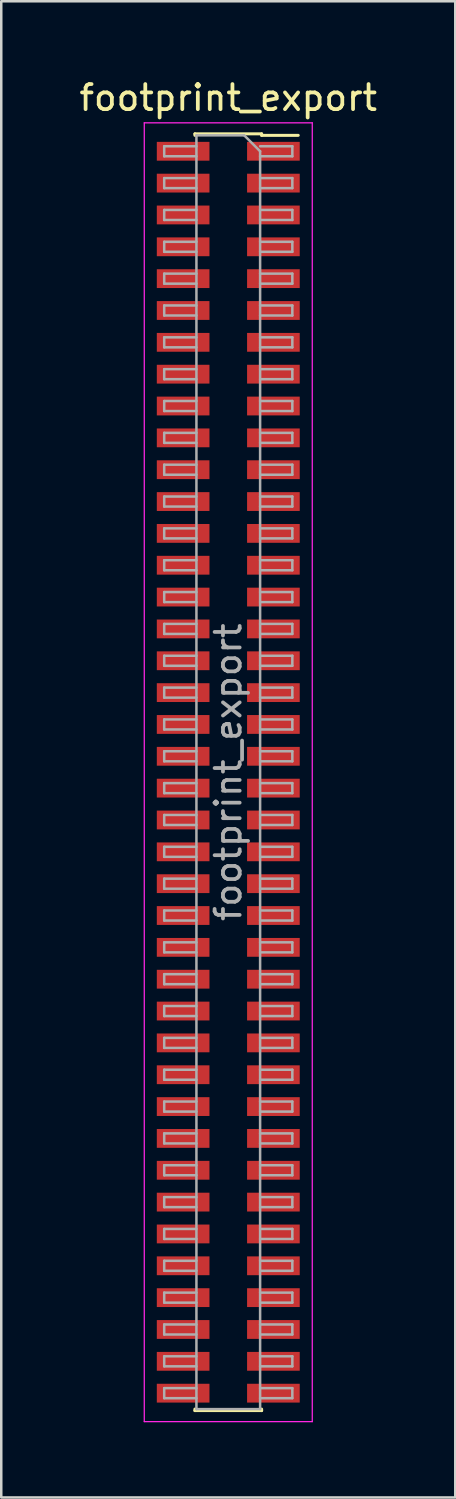
<source format=kicad_pcb>
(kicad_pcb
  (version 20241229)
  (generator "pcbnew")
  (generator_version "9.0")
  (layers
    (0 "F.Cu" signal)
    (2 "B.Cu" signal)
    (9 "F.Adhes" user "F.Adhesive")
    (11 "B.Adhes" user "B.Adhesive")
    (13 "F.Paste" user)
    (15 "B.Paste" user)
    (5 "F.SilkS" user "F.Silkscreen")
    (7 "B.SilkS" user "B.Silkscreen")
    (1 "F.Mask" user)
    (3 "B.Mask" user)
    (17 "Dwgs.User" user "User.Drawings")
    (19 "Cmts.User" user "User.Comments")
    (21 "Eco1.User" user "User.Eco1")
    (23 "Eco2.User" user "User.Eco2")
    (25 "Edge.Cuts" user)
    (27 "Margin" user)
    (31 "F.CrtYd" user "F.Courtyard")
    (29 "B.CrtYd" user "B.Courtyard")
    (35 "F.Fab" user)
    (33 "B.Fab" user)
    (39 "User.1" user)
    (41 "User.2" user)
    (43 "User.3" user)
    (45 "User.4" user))
  (footprint "footprint_export"
    (layer "F.Cu")
    (at 6.054 27.748)
    (property "Reference" "footprint_export" (at 0 -26.9 0) (layer "F.SilkS") (effects (font (size 1 1) (thickness 0.15))))
    (attr smd)
    (fp_line (start -1.33 -25.46) (end -1.33 -25.4) (stroke (width 0.12) (type solid)) (layer "F.SilkS"))
    (fp_line (start -1.33 -25.46) (end 1.33 -25.46) (stroke (width 0.12) (type solid)) (layer "F.SilkS"))
    (fp_line (start -1.33 25.4) (end -1.33 25.46) (stroke (width 0.12) (type solid)) (layer "F.SilkS"))
    (fp_line (start -1.33 25.46) (end 1.33 25.46) (stroke (width 0.12) (type solid)) (layer "F.SilkS"))
    (fp_line (start 1.33 -25.46) (end 1.33 -25.4) (stroke (width 0.12) (type solid)) (layer "F.SilkS"))
    (fp_line (start 1.33 -25.4) (end 2.79 -25.4) (stroke (width 0.12) (type solid)) (layer "F.SilkS"))
    (fp_line (start 1.33 25.4) (end 1.33 25.46) (stroke (width 0.12) (type solid)) (layer "F.SilkS"))
    (fp_line (start -3.35 -25.9) (end 3.35 -25.9) (stroke (width 0.05) (type solid)) (layer "F.CrtYd"))
    (fp_line (start -3.35 25.9) (end -3.35 -25.9) (stroke (width 0.05) (type solid)) (layer "F.CrtYd"))
    (fp_line (start 3.35 -25.9) (end 3.35 25.9) (stroke (width 0.05) (type solid)) (layer "F.CrtYd"))
    (fp_line (start 3.35 25.9) (end -3.35 25.9) (stroke (width 0.05) (type solid)) (layer "F.CrtYd"))
    (fp_line (start -2.555 -24.965) (end -1.27 -24.965) (stroke (width 0.1) (type solid)) (layer "F.Fab"))
    (fp_line (start -2.555 -24.565) (end -2.555 -24.965) (stroke (width 0.1) (type solid)) (layer "F.Fab"))
    (fp_line (start -2.555 -23.695) (end -1.27 -23.695) (stroke (width 0.1) (type solid)) (layer "F.Fab"))
    (fp_line (start -2.555 -23.295) (end -2.555 -23.695) (stroke (width 0.1) (type solid)) (layer "F.Fab"))
    (fp_line (start -2.555 -22.425) (end -1.27 -22.425) (stroke (width 0.1) (type solid)) (layer "F.Fab"))
    (fp_line (start -2.555 -22.025) (end -2.555 -22.425) (stroke (width 0.1) (type solid)) (layer "F.Fab"))
    (fp_line (start -2.555 -21.155) (end -1.27 -21.155) (stroke (width 0.1) (type solid)) (layer "F.Fab"))
    (fp_line (start -2.555 -20.755) (end -2.555 -21.155) (stroke (width 0.1) (type solid)) (layer "F.Fab"))
    (fp_line (start -2.555 -19.885) (end -1.27 -19.885) (stroke (width 0.1) (type solid)) (layer "F.Fab"))
    (fp_line (start -2.555 -19.485) (end -2.555 -19.885) (stroke (width 0.1) (type solid)) (layer "F.Fab"))
    (fp_line (start -2.555 -18.615) (end -1.27 -18.615) (stroke (width 0.1) (type solid)) (layer "F.Fab"))
    (fp_line (start -2.555 -18.215) (end -2.555 -18.615) (stroke (width 0.1) (type solid)) (layer "F.Fab"))
    (fp_line (start -2.555 -17.345) (end -1.27 -17.345) (stroke (width 0.1) (type solid)) (layer "F.Fab"))
    (fp_line (start -2.555 -16.945) (end -2.555 -17.345) (stroke (width 0.1) (type solid)) (layer "F.Fab"))
    (fp_line (start -2.555 -16.075) (end -1.27 -16.075) (stroke (width 0.1) (type solid)) (layer "F.Fab"))
    (fp_line (start -2.555 -15.675) (end -2.555 -16.075) (stroke (width 0.1) (type solid)) (layer "F.Fab"))
    (fp_line (start -2.555 -14.805) (end -1.27 -14.805) (stroke (width 0.1) (type solid)) (layer "F.Fab"))
    (fp_line (start -2.555 -14.405) (end -2.555 -14.805) (stroke (width 0.1) (type solid)) (layer "F.Fab"))
    (fp_line (start -2.555 -13.535) (end -1.27 -13.535) (stroke (width 0.1) (type solid)) (layer "F.Fab"))
    (fp_line (start -2.555 -13.135) (end -2.555 -13.535) (stroke (width 0.1) (type solid)) (layer "F.Fab"))
    (fp_line (start -2.555 -12.265) (end -1.27 -12.265) (stroke (width 0.1) (type solid)) (layer "F.Fab"))
    (fp_line (start -2.555 -11.865) (end -2.555 -12.265) (stroke (width 0.1) (type solid)) (layer "F.Fab"))
    (fp_line (start -2.555 -10.995) (end -1.27 -10.995) (stroke (width 0.1) (type solid)) (layer "F.Fab"))
    (fp_line (start -2.555 -10.595) (end -2.555 -10.995) (stroke (width 0.1) (type solid)) (layer "F.Fab"))
    (fp_line (start -2.555 -9.725) (end -1.27 -9.725) (stroke (width 0.1) (type solid)) (layer "F.Fab"))
    (fp_line (start -2.555 -9.325) (end -2.555 -9.725) (stroke (width 0.1) (type solid)) (layer "F.Fab"))
    (fp_line (start -2.555 -8.455) (end -1.27 -8.455) (stroke (width 0.1) (type solid)) (layer "F.Fab"))
    (fp_line (start -2.555 -8.055) (end -2.555 -8.455) (stroke (width 0.1) (type solid)) (layer "F.Fab"))
    (fp_line (start -2.555 -7.185) (end -1.27 -7.185) (stroke (width 0.1) (type solid)) (layer "F.Fab"))
    (fp_line (start -2.555 -6.785) (end -2.555 -7.185) (stroke (width 0.1) (type solid)) (layer "F.Fab"))
    (fp_line (start -2.555 -5.915) (end -1.27 -5.915) (stroke (width 0.1) (type solid)) (layer "F.Fab"))
    (fp_line (start -2.555 -5.515) (end -2.555 -5.915) (stroke (width 0.1) (type solid)) (layer "F.Fab"))
    (fp_line (start -2.555 -4.645) (end -1.27 -4.645) (stroke (width 0.1) (type solid)) (layer "F.Fab"))
    (fp_line (start -2.555 -4.245) (end -2.555 -4.645) (stroke (width 0.1) (type solid)) (layer "F.Fab"))
    (fp_line (start -2.555 -3.375) (end -1.27 -3.375) (stroke (width 0.1) (type solid)) (layer "F.Fab"))
    (fp_line (start -2.555 -2.975) (end -2.555 -3.375) (stroke (width 0.1) (type solid)) (layer "F.Fab"))
    (fp_line (start -2.555 -2.105) (end -1.27 -2.105) (stroke (width 0.1) (type solid)) (layer "F.Fab"))
    (fp_line (start -2.555 -1.705) (end -2.555 -2.105) (stroke (width 0.1) (type solid)) (layer "F.Fab"))
    (fp_line (start -2.555 -0.835) (end -1.27 -0.835) (stroke (width 0.1) (type solid)) (layer "F.Fab"))
    (fp_line (start -2.555 -0.435) (end -2.555 -0.835) (stroke (width 0.1) (type solid)) (layer "F.Fab"))
    (fp_line (start -2.555 0.435) (end -1.27 0.435) (stroke (width 0.1) (type solid)) (layer "F.Fab"))
    (fp_line (start -2.555 0.835) (end -2.555 0.435) (stroke (width 0.1) (type solid)) (layer "F.Fab"))
    (fp_line (start -2.555 1.705) (end -1.27 1.705) (stroke (width 0.1) (type solid)) (layer "F.Fab"))
    (fp_line (start -2.555 2.105) (end -2.555 1.705) (stroke (width 0.1) (type solid)) (layer "F.Fab"))
    (fp_line (start -2.555 2.975) (end -1.27 2.975) (stroke (width 0.1) (type solid)) (layer "F.Fab"))
    (fp_line (start -2.555 3.375) (end -2.555 2.975) (stroke (width 0.1) (type solid)) (layer "F.Fab"))
    (fp_line (start -2.555 4.245) (end -1.27 4.245) (stroke (width 0.1) (type solid)) (layer "F.Fab"))
    (fp_line (start -2.555 4.645) (end -2.555 4.245) (stroke (width 0.1) (type solid)) (layer "F.Fab"))
    (fp_line (start -2.555 5.515) (end -1.27 5.515) (stroke (width 0.1) (type solid)) (layer "F.Fab"))
    (fp_line (start -2.555 5.915) (end -2.555 5.515) (stroke (width 0.1) (type solid)) (layer "F.Fab"))
    (fp_line (start -2.555 6.785) (end -1.27 6.785) (stroke (width 0.1) (type solid)) (layer "F.Fab"))
    (fp_line (start -2.555 7.185) (end -2.555 6.785) (stroke (width 0.1) (type solid)) (layer "F.Fab"))
    (fp_line (start -2.555 8.055) (end -1.27 8.055) (stroke (width 0.1) (type solid)) (layer "F.Fab"))
    (fp_line (start -2.555 8.455) (end -2.555 8.055) (stroke (width 0.1) (type solid)) (layer "F.Fab"))
    (fp_line (start -2.555 9.325) (end -1.27 9.325) (stroke (width 0.1) (type solid)) (layer "F.Fab"))
    (fp_line (start -2.555 9.725) (end -2.555 9.325) (stroke (width 0.1) (type solid)) (layer "F.Fab"))
    (fp_line (start -2.555 10.595) (end -1.27 10.595) (stroke (width 0.1) (type solid)) (layer "F.Fab"))
    (fp_line (start -2.555 10.995) (end -2.555 10.595) (stroke (width 0.1) (type solid)) (layer "F.Fab"))
    (fp_line (start -2.555 11.865) (end -1.27 11.865) (stroke (width 0.1) (type solid)) (layer "F.Fab"))
    (fp_line (start -2.555 12.265) (end -2.555 11.865) (stroke (width 0.1) (type solid)) (layer "F.Fab"))
    (fp_line (start -2.555 13.135) (end -1.27 13.135) (stroke (width 0.1) (type solid)) (layer "F.Fab"))
    (fp_line (start -2.555 13.535) (end -2.555 13.135) (stroke (width 0.1) (type solid)) (layer "F.Fab"))
    (fp_line (start -2.555 14.405) (end -1.27 14.405) (stroke (width 0.1) (type solid)) (layer "F.Fab"))
    (fp_line (start -2.555 14.805) (end -2.555 14.405) (stroke (width 0.1) (type solid)) (layer "F.Fab"))
    (fp_line (start -2.555 15.675) (end -1.27 15.675) (stroke (width 0.1) (type solid)) (layer "F.Fab"))
    (fp_line (start -2.555 16.075) (end -2.555 15.675) (stroke (width 0.1) (type solid)) (layer "F.Fab"))
    (fp_line (start -2.555 16.945) (end -1.27 16.945) (stroke (width 0.1) (type solid)) (layer "F.Fab"))
    (fp_line (start -2.555 17.345) (end -2.555 16.945) (stroke (width 0.1) (type solid)) (layer "F.Fab"))
    (fp_line (start -2.555 18.215) (end -1.27 18.215) (stroke (width 0.1) (type solid)) (layer "F.Fab"))
    (fp_line (start -2.555 18.615) (end -2.555 18.215) (stroke (width 0.1) (type solid)) (layer "F.Fab"))
    (fp_line (start -2.555 19.485) (end -1.27 19.485) (stroke (width 0.1) (type solid)) (layer "F.Fab"))
    (fp_line (start -2.555 19.885) (end -2.555 19.485) (stroke (width 0.1) (type solid)) (layer "F.Fab"))
    (fp_line (start -2.555 20.755) (end -1.27 20.755) (stroke (width 0.1) (type solid)) (layer "F.Fab"))
    (fp_line (start -2.555 21.155) (end -2.555 20.755) (stroke (width 0.1) (type solid)) (layer "F.Fab"))
    (fp_line (start -2.555 22.025) (end -1.27 22.025) (stroke (width 0.1) (type solid)) (layer "F.Fab"))
    (fp_line (start -2.555 22.425) (end -2.555 22.025) (stroke (width 0.1) (type solid)) (layer "F.Fab"))
    (fp_line (start -2.555 23.295) (end -1.27 23.295) (stroke (width 0.1) (type solid)) (layer "F.Fab"))
    (fp_line (start -2.555 23.695) (end -2.555 23.295) (stroke (width 0.1) (type solid)) (layer "F.Fab"))
    (fp_line (start -2.555 24.565) (end -1.27 24.565) (stroke (width 0.1) (type solid)) (layer "F.Fab"))
    (fp_line (start -2.555 24.965) (end -2.555 24.565) (stroke (width 0.1) (type solid)) (layer "F.Fab"))
    (fp_line (start -1.27 -25.4) (end 0.635 -25.4) (stroke (width 0.1) (type solid)) (layer "F.Fab"))
    (fp_line (start -1.27 -24.565) (end -2.555 -24.565) (stroke (width 0.1) (type solid)) (layer "F.Fab"))
    (fp_line (start -1.27 -23.295) (end -2.555 -23.295) (stroke (width 0.1) (type solid)) (layer "F.Fab"))
    (fp_line (start -1.27 -22.025) (end -2.555 -22.025) (stroke (width 0.1) (type solid)) (layer "F.Fab"))
    (fp_line (start -1.27 -20.755) (end -2.555 -20.755) (stroke (width 0.1) (type solid)) (layer "F.Fab"))
    (fp_line (start -1.27 -19.485) (end -2.555 -19.485) (stroke (width 0.1) (type solid)) (layer "F.Fab"))
    (fp_line (start -1.27 -18.215) (end -2.555 -18.215) (stroke (width 0.1) (type solid)) (layer "F.Fab"))
    (fp_line (start -1.27 -16.945) (end -2.555 -16.945) (stroke (width 0.1) (type solid)) (layer "F.Fab"))
    (fp_line (start -1.27 -15.675) (end -2.555 -15.675) (stroke (width 0.1) (type solid)) (layer "F.Fab"))
    (fp_line (start -1.27 -14.405) (end -2.555 -14.405) (stroke (width 0.1) (type solid)) (layer "F.Fab"))
    (fp_line (start -1.27 -13.135) (end -2.555 -13.135) (stroke (width 0.1) (type solid)) (layer "F.Fab"))
    (fp_line (start -1.27 -11.865) (end -2.555 -11.865) (stroke (width 0.1) (type solid)) (layer "F.Fab"))
    (fp_line (start -1.27 -10.595) (end -2.555 -10.595) (stroke (width 0.1) (type solid)) (layer "F.Fab"))
    (fp_line (start -1.27 -9.325) (end -2.555 -9.325) (stroke (width 0.1) (type solid)) (layer "F.Fab"))
    (fp_line (start -1.27 -8.055) (end -2.555 -8.055) (stroke (width 0.1) (type solid)) (layer "F.Fab"))
    (fp_line (start -1.27 -6.785) (end -2.555 -6.785) (stroke (width 0.1) (type solid)) (layer "F.Fab"))
    (fp_line (start -1.27 -5.515) (end -2.555 -5.515) (stroke (width 0.1) (type solid)) (layer "F.Fab"))
    (fp_line (start -1.27 -4.245) (end -2.555 -4.245) (stroke (width 0.1) (type solid)) (layer "F.Fab"))
    (fp_line (start -1.27 -2.975) (end -2.555 -2.975) (stroke (width 0.1) (type solid)) (layer "F.Fab"))
    (fp_line (start -1.27 -1.705) (end -2.555 -1.705) (stroke (width 0.1) (type solid)) (layer "F.Fab"))
    (fp_line (start -1.27 -0.435) (end -2.555 -0.435) (stroke (width 0.1) (type solid)) (layer "F.Fab"))
    (fp_line (start -1.27 0.835) (end -2.555 0.835) (stroke (width 0.1) (type solid)) (layer "F.Fab"))
    (fp_line (start -1.27 2.105) (end -2.555 2.105) (stroke (width 0.1) (type solid)) (layer "F.Fab"))
    (fp_line (start -1.27 3.375) (end -2.555 3.375) (stroke (width 0.1) (type solid)) (layer "F.Fab"))
    (fp_line (start -1.27 4.645) (end -2.555 4.645) (stroke (width 0.1) (type solid)) (layer "F.Fab"))
    (fp_line (start -1.27 5.915) (end -2.555 5.915) (stroke (width 0.1) (type solid)) (layer "F.Fab"))
    (fp_line (start -1.27 7.185) (end -2.555 7.185) (stroke (width 0.1) (type solid)) (layer "F.Fab"))
    (fp_line (start -1.27 8.455) (end -2.555 8.455) (stroke (width 0.1) (type solid)) (layer "F.Fab"))
    (fp_line (start -1.27 9.725) (end -2.555 9.725) (stroke (width 0.1) (type solid)) (layer "F.Fab"))
    (fp_line (start -1.27 10.995) (end -2.555 10.995) (stroke (width 0.1) (type solid)) (layer "F.Fab"))
    (fp_line (start -1.27 12.265) (end -2.555 12.265) (stroke (width 0.1) (type solid)) (layer "F.Fab"))
    (fp_line (start -1.27 13.535) (end -2.555 13.535) (stroke (width 0.1) (type solid)) (layer "F.Fab"))
    (fp_line (start -1.27 14.805) (end -2.555 14.805) (stroke (width 0.1) (type solid)) (layer "F.Fab"))
    (fp_line (start -1.27 16.075) (end -2.555 16.075) (stroke (width 0.1) (type solid)) (layer "F.Fab"))
    (fp_line (start -1.27 17.345) (end -2.555 17.345) (stroke (width 0.1) (type solid)) (layer "F.Fab"))
    (fp_line (start -1.27 18.615) (end -2.555 18.615) (stroke (width 0.1) (type solid)) (layer "F.Fab"))
    (fp_line (start -1.27 19.885) (end -2.555 19.885) (stroke (width 0.1) (type solid)) (layer "F.Fab"))
    (fp_line (start -1.27 21.155) (end -2.555 21.155) (stroke (width 0.1) (type solid)) (layer "F.Fab"))
    (fp_line (start -1.27 22.425) (end -2.555 22.425) (stroke (width 0.1) (type solid)) (layer "F.Fab"))
    (fp_line (start -1.27 23.695) (end -2.555 23.695) (stroke (width 0.1) (type solid)) (layer "F.Fab"))
    (fp_line (start -1.27 24.965) (end -2.555 24.965) (stroke (width 0.1) (type solid)) (layer "F.Fab"))
    (fp_line (start -1.27 25.4) (end -1.27 -25.4) (stroke (width 0.1) (type solid)) (layer "F.Fab"))
    (fp_line (start 0.635 -25.4) (end 1.27 -24.765) (stroke (width 0.1) (type solid)) (layer "F.Fab"))
    (fp_line (start 1.27 -24.965) (end 2.555 -24.965) (stroke (width 0.1) (type solid)) (layer "F.Fab"))
    (fp_line (start 1.27 -24.765) (end 1.27 25.4) (stroke (width 0.1) (type solid)) (layer "F.Fab"))
    (fp_line (start 1.27 -23.695) (end 2.555 -23.695) (stroke (width 0.1) (type solid)) (layer "F.Fab"))
    (fp_line (start 1.27 -22.425) (end 2.555 -22.425) (stroke (width 0.1) (type solid)) (layer "F.Fab"))
    (fp_line (start 1.27 -21.155) (end 2.555 -21.155) (stroke (width 0.1) (type solid)) (layer "F.Fab"))
    (fp_line (start 1.27 -19.885) (end 2.555 -19.885) (stroke (width 0.1) (type solid)) (layer "F.Fab"))
    (fp_line (start 1.27 -18.615) (end 2.555 -18.615) (stroke (width 0.1) (type solid)) (layer "F.Fab"))
    (fp_line (start 1.27 -17.345) (end 2.555 -17.345) (stroke (width 0.1) (type solid)) (layer "F.Fab"))
    (fp_line (start 1.27 -16.075) (end 2.555 -16.075) (stroke (width 0.1) (type solid)) (layer "F.Fab"))
    (fp_line (start 1.27 -14.805) (end 2.555 -14.805) (stroke (width 0.1) (type solid)) (layer "F.Fab"))
    (fp_line (start 1.27 -13.535) (end 2.555 -13.535) (stroke (width 0.1) (type solid)) (layer "F.Fab"))
    (fp_line (start 1.27 -12.265) (end 2.555 -12.265) (stroke (width 0.1) (type solid)) (layer "F.Fab"))
    (fp_line (start 1.27 -10.995) (end 2.555 -10.995) (stroke (width 0.1) (type solid)) (layer "F.Fab"))
    (fp_line (start 1.27 -9.725) (end 2.555 -9.725) (stroke (width 0.1) (type solid)) (layer "F.Fab"))
    (fp_line (start 1.27 -8.455) (end 2.555 -8.455) (stroke (width 0.1) (type solid)) (layer "F.Fab"))
    (fp_line (start 1.27 -7.185) (end 2.555 -7.185) (stroke (width 0.1) (type solid)) (layer "F.Fab"))
    (fp_line (start 1.27 -5.915) (end 2.555 -5.915) (stroke (width 0.1) (type solid)) (layer "F.Fab"))
    (fp_line (start 1.27 -4.645) (end 2.555 -4.645) (stroke (width 0.1) (type solid)) (layer "F.Fab"))
    (fp_line (start 1.27 -3.375) (end 2.555 -3.375) (stroke (width 0.1) (type solid)) (layer "F.Fab"))
    (fp_line (start 1.27 -2.105) (end 2.555 -2.105) (stroke (width 0.1) (type solid)) (layer "F.Fab"))
    (fp_line (start 1.27 -0.835) (end 2.555 -0.835) (stroke (width 0.1) (type solid)) (layer "F.Fab"))
    (fp_line (start 1.27 0.435) (end 2.555 0.435) (stroke (width 0.1) (type solid)) (layer "F.Fab"))
    (fp_line (start 1.27 1.705) (end 2.555 1.705) (stroke (width 0.1) (type solid)) (layer "F.Fab"))
    (fp_line (start 1.27 2.975) (end 2.555 2.975) (stroke (width 0.1) (type solid)) (layer "F.Fab"))
    (fp_line (start 1.27 4.245) (end 2.555 4.245) (stroke (width 0.1) (type solid)) (layer "F.Fab"))
    (fp_line (start 1.27 5.515) (end 2.555 5.515) (stroke (width 0.1) (type solid)) (layer "F.Fab"))
    (fp_line (start 1.27 6.785) (end 2.555 6.785) (stroke (width 0.1) (type solid)) (layer "F.Fab"))
    (fp_line (start 1.27 8.055) (end 2.555 8.055) (stroke (width 0.1) (type solid)) (layer "F.Fab"))
    (fp_line (start 1.27 9.325) (end 2.555 9.325) (stroke (width 0.1) (type solid)) (layer "F.Fab"))
    (fp_line (start 1.27 10.595) (end 2.555 10.595) (stroke (width 0.1) (type solid)) (layer "F.Fab"))
    (fp_line (start 1.27 11.865) (end 2.555 11.865) (stroke (width 0.1) (type solid)) (layer "F.Fab"))
    (fp_line (start 1.27 13.135) (end 2.555 13.135) (stroke (width 0.1) (type solid)) (layer "F.Fab"))
    (fp_line (start 1.27 14.405) (end 2.555 14.405) (stroke (width 0.1) (type solid)) (layer "F.Fab"))
    (fp_line (start 1.27 15.675) (end 2.555 15.675) (stroke (width 0.1) (type solid)) (layer "F.Fab"))
    (fp_line (start 1.27 16.945) (end 2.555 16.945) (stroke (width 0.1) (type solid)) (layer "F.Fab"))
    (fp_line (start 1.27 18.215) (end 2.555 18.215) (stroke (width 0.1) (type solid)) (layer "F.Fab"))
    (fp_line (start 1.27 19.485) (end 2.555 19.485) (stroke (width 0.1) (type solid)) (layer "F.Fab"))
    (fp_line (start 1.27 20.755) (end 2.555 20.755) (stroke (width 0.1) (type solid)) (layer "F.Fab"))
    (fp_line (start 1.27 22.025) (end 2.555 22.025) (stroke (width 0.1) (type solid)) (layer "F.Fab"))
    (fp_line (start 1.27 23.295) (end 2.555 23.295) (stroke (width 0.1) (type solid)) (layer "F.Fab"))
    (fp_line (start 1.27 24.565) (end 2.555 24.565) (stroke (width 0.1) (type solid)) (layer "F.Fab"))
    (fp_line (start 1.27 25.4) (end -1.27 25.4) (stroke (width 0.1) (type solid)) (layer "F.Fab"))
    (fp_line (start 2.555 -24.965) (end 2.555 -24.565) (stroke (width 0.1) (type solid)) (layer "F.Fab"))
    (fp_line (start 2.555 -24.565) (end 1.27 -24.565) (stroke (width 0.1) (type solid)) (layer "F.Fab"))
    (fp_line (start 2.555 -23.695) (end 2.555 -23.295) (stroke (width 0.1) (type solid)) (layer "F.Fab"))
    (fp_line (start 2.555 -23.295) (end 1.27 -23.295) (stroke (width 0.1) (type solid)) (layer "F.Fab"))
    (fp_line (start 2.555 -22.425) (end 2.555 -22.025) (stroke (width 0.1) (type solid)) (layer "F.Fab"))
    (fp_line (start 2.555 -22.025) (end 1.27 -22.025) (stroke (width 0.1) (type solid)) (layer "F.Fab"))
    (fp_line (start 2.555 -21.155) (end 2.555 -20.755) (stroke (width 0.1) (type solid)) (layer "F.Fab"))
    (fp_line (start 2.555 -20.755) (end 1.27 -20.755) (stroke (width 0.1) (type solid)) (layer "F.Fab"))
    (fp_line (start 2.555 -19.885) (end 2.555 -19.485) (stroke (width 0.1) (type solid)) (layer "F.Fab"))
    (fp_line (start 2.555 -19.485) (end 1.27 -19.485) (stroke (width 0.1) (type solid)) (layer "F.Fab"))
    (fp_line (start 2.555 -18.615) (end 2.555 -18.215) (stroke (width 0.1) (type solid)) (layer "F.Fab"))
    (fp_line (start 2.555 -18.215) (end 1.27 -18.215) (stroke (width 0.1) (type solid)) (layer "F.Fab"))
    (fp_line (start 2.555 -17.345) (end 2.555 -16.945) (stroke (width 0.1) (type solid)) (layer "F.Fab"))
    (fp_line (start 2.555 -16.945) (end 1.27 -16.945) (stroke (width 0.1) (type solid)) (layer "F.Fab"))
    (fp_line (start 2.555 -16.075) (end 2.555 -15.675) (stroke (width 0.1) (type solid)) (layer "F.Fab"))
    (fp_line (start 2.555 -15.675) (end 1.27 -15.675) (stroke (width 0.1) (type solid)) (layer "F.Fab"))
    (fp_line (start 2.555 -14.805) (end 2.555 -14.405) (stroke (width 0.1) (type solid)) (layer "F.Fab"))
    (fp_line (start 2.555 -14.405) (end 1.27 -14.405) (stroke (width 0.1) (type solid)) (layer "F.Fab"))
    (fp_line (start 2.555 -13.535) (end 2.555 -13.135) (stroke (width 0.1) (type solid)) (layer "F.Fab"))
    (fp_line (start 2.555 -13.135) (end 1.27 -13.135) (stroke (width 0.1) (type solid)) (layer "F.Fab"))
    (fp_line (start 2.555 -12.265) (end 2.555 -11.865) (stroke (width 0.1) (type solid)) (layer "F.Fab"))
    (fp_line (start 2.555 -11.865) (end 1.27 -11.865) (stroke (width 0.1) (type solid)) (layer "F.Fab"))
    (fp_line (start 2.555 -10.995) (end 2.555 -10.595) (stroke (width 0.1) (type solid)) (layer "F.Fab"))
    (fp_line (start 2.555 -10.595) (end 1.27 -10.595) (stroke (width 0.1) (type solid)) (layer "F.Fab"))
    (fp_line (start 2.555 -9.725) (end 2.555 -9.325) (stroke (width 0.1) (type solid)) (layer "F.Fab"))
    (fp_line (start 2.555 -9.325) (end 1.27 -9.325) (stroke (width 0.1) (type solid)) (layer "F.Fab"))
    (fp_line (start 2.555 -8.455) (end 2.555 -8.055) (stroke (width 0.1) (type solid)) (layer "F.Fab"))
    (fp_line (start 2.555 -8.055) (end 1.27 -8.055) (stroke (width 0.1) (type solid)) (layer "F.Fab"))
    (fp_line (start 2.555 -7.185) (end 2.555 -6.785) (stroke (width 0.1) (type solid)) (layer "F.Fab"))
    (fp_line (start 2.555 -6.785) (end 1.27 -6.785) (stroke (width 0.1) (type solid)) (layer "F.Fab"))
    (fp_line (start 2.555 -5.915) (end 2.555 -5.515) (stroke (width 0.1) (type solid)) (layer "F.Fab"))
    (fp_line (start 2.555 -5.515) (end 1.27 -5.515) (stroke (width 0.1) (type solid)) (layer "F.Fab"))
    (fp_line (start 2.555 -4.645) (end 2.555 -4.245) (stroke (width 0.1) (type solid)) (layer "F.Fab"))
    (fp_line (start 2.555 -4.245) (end 1.27 -4.245) (stroke (width 0.1) (type solid)) (layer "F.Fab"))
    (fp_line (start 2.555 -3.375) (end 2.555 -2.975) (stroke (width 0.1) (type solid)) (layer "F.Fab"))
    (fp_line (start 2.555 -2.975) (end 1.27 -2.975) (stroke (width 0.1) (type solid)) (layer "F.Fab"))
    (fp_line (start 2.555 -2.105) (end 2.555 -1.705) (stroke (width 0.1) (type solid)) (layer "F.Fab"))
    (fp_line (start 2.555 -1.705) (end 1.27 -1.705) (stroke (width 0.1) (type solid)) (layer "F.Fab"))
    (fp_line (start 2.555 -0.835) (end 2.555 -0.435) (stroke (width 0.1) (type solid)) (layer "F.Fab"))
    (fp_line (start 2.555 -0.435) (end 1.27 -0.435) (stroke (width 0.1) (type solid)) (layer "F.Fab"))
    (fp_line (start 2.555 0.435) (end 2.555 0.835) (stroke (width 0.1) (type solid)) (layer "F.Fab"))
    (fp_line (start 2.555 0.835) (end 1.27 0.835) (stroke (width 0.1) (type solid)) (layer "F.Fab"))
    (fp_line (start 2.555 1.705) (end 2.555 2.105) (stroke (width 0.1) (type solid)) (layer "F.Fab"))
    (fp_line (start 2.555 2.105) (end 1.27 2.105) (stroke (width 0.1) (type solid)) (layer "F.Fab"))
    (fp_line (start 2.555 2.975) (end 2.555 3.375) (stroke (width 0.1) (type solid)) (layer "F.Fab"))
    (fp_line (start 2.555 3.375) (end 1.27 3.375) (stroke (width 0.1) (type solid)) (layer "F.Fab"))
    (fp_line (start 2.555 4.245) (end 2.555 4.645) (stroke (width 0.1) (type solid)) (layer "F.Fab"))
    (fp_line (start 2.555 4.645) (end 1.27 4.645) (stroke (width 0.1) (type solid)) (layer "F.Fab"))
    (fp_line (start 2.555 5.515) (end 2.555 5.915) (stroke (width 0.1) (type solid)) (layer "F.Fab"))
    (fp_line (start 2.555 5.915) (end 1.27 5.915) (stroke (width 0.1) (type solid)) (layer "F.Fab"))
    (fp_line (start 2.555 6.785) (end 2.555 7.185) (stroke (width 0.1) (type solid)) (layer "F.Fab"))
    (fp_line (start 2.555 7.185) (end 1.27 7.185) (stroke (width 0.1) (type solid)) (layer "F.Fab"))
    (fp_line (start 2.555 8.055) (end 2.555 8.455) (stroke (width 0.1) (type solid)) (layer "F.Fab"))
    (fp_line (start 2.555 8.455) (end 1.27 8.455) (stroke (width 0.1) (type solid)) (layer "F.Fab"))
    (fp_line (start 2.555 9.325) (end 2.555 9.725) (stroke (width 0.1) (type solid)) (layer "F.Fab"))
    (fp_line (start 2.555 9.725) (end 1.27 9.725) (stroke (width 0.1) (type solid)) (layer "F.Fab"))
    (fp_line (start 2.555 10.595) (end 2.555 10.995) (stroke (width 0.1) (type solid)) (layer "F.Fab"))
    (fp_line (start 2.555 10.995) (end 1.27 10.995) (stroke (width 0.1) (type solid)) (layer "F.Fab"))
    (fp_line (start 2.555 11.865) (end 2.555 12.265) (stroke (width 0.1) (type solid)) (layer "F.Fab"))
    (fp_line (start 2.555 12.265) (end 1.27 12.265) (stroke (width 0.1) (type solid)) (layer "F.Fab"))
    (fp_line (start 2.555 13.135) (end 2.555 13.535) (stroke (width 0.1) (type solid)) (layer "F.Fab"))
    (fp_line (start 2.555 13.535) (end 1.27 13.535) (stroke (width 0.1) (type solid)) (layer "F.Fab"))
    (fp_line (start 2.555 14.405) (end 2.555 14.805) (stroke (width 0.1) (type solid)) (layer "F.Fab"))
    (fp_line (start 2.555 14.805) (end 1.27 14.805) (stroke (width 0.1) (type solid)) (layer "F.Fab"))
    (fp_line (start 2.555 15.675) (end 2.555 16.075) (stroke (width 0.1) (type solid)) (layer "F.Fab"))
    (fp_line (start 2.555 16.075) (end 1.27 16.075) (stroke (width 0.1) (type solid)) (layer "F.Fab"))
    (fp_line (start 2.555 16.945) (end 2.555 17.345) (stroke (width 0.1) (type solid)) (layer "F.Fab"))
    (fp_line (start 2.555 17.345) (end 1.27 17.345) (stroke (width 0.1) (type solid)) (layer "F.Fab"))
    (fp_line (start 2.555 18.215) (end 2.555 18.615) (stroke (width 0.1) (type solid)) (layer "F.Fab"))
    (fp_line (start 2.555 18.615) (end 1.27 18.615) (stroke (width 0.1) (type solid)) (layer "F.Fab"))
    (fp_line (start 2.555 19.485) (end 2.555 19.885) (stroke (width 0.1) (type solid)) (layer "F.Fab"))
    (fp_line (start 2.555 19.885) (end 1.27 19.885) (stroke (width 0.1) (type solid)) (layer "F.Fab"))
    (fp_line (start 2.555 20.755) (end 2.555 21.155) (stroke (width 0.1) (type solid)) (layer "F.Fab"))
    (fp_line (start 2.555 21.155) (end 1.27 21.155) (stroke (width 0.1) (type solid)) (layer "F.Fab"))
    (fp_line (start 2.555 22.025) (end 2.555 22.425) (stroke (width 0.1) (type solid)) (layer "F.Fab"))
    (fp_line (start 2.555 22.425) (end 1.27 22.425) (stroke (width 0.1) (type solid)) (layer "F.Fab"))
    (fp_line (start 2.555 23.295) (end 2.555 23.695) (stroke (width 0.1) (type solid)) (layer "F.Fab"))
    (fp_line (start 2.555 23.695) (end 1.27 23.695) (stroke (width 0.1) (type solid)) (layer "F.Fab"))
    (fp_line (start 2.555 24.565) (end 2.555 24.965) (stroke (width 0.1) (type solid)) (layer "F.Fab"))
    (fp_line (start 2.555 24.965) (end 1.27 24.965) (stroke (width 0.1) (type solid)) (layer "F.Fab"))
    (fp_text user "${REFERENCE}" (at 0 0 90) (layer "F.Fab") (effects (font (size 1 1) (thickness 0.15))))
    (pad "1" smd rect (at 1.8 -24.765) (size 2.1 0.75) (layers "F.Cu" "F.Mask" "F.Paste"))
    (pad "2" smd rect (at -1.8 -24.765) (size 2.1 0.75) (layers "F.Cu" "F.Mask" "F.Paste"))
    (pad "3" smd rect (at 1.8 -23.495) (size 2.1 0.75) (layers "F.Cu" "F.Mask" "F.Paste"))
    (pad "4" smd rect (at -1.8 -23.495) (size 2.1 0.75) (layers "F.Cu" "F.Mask" "F.Paste"))
    (pad "5" smd rect (at 1.8 -22.225) (size 2.1 0.75) (layers "F.Cu" "F.Mask" "F.Paste"))
    (pad "6" smd rect (at -1.8 -22.225) (size 2.1 0.75) (layers "F.Cu" "F.Mask" "F.Paste"))
    (pad "7" smd rect (at 1.8 -20.955) (size 2.1 0.75) (layers "F.Cu" "F.Mask" "F.Paste"))
    (pad "8" smd rect (at -1.8 -20.955) (size 2.1 0.75) (layers "F.Cu" "F.Mask" "F.Paste"))
    (pad "9" smd rect (at 1.8 -19.685) (size 2.1 0.75) (layers "F.Cu" "F.Mask" "F.Paste"))
    (pad "10" smd rect (at -1.8 -19.685) (size 2.1 0.75) (layers "F.Cu" "F.Mask" "F.Paste"))
    (pad "11" smd rect (at 1.8 -18.415) (size 2.1 0.75) (layers "F.Cu" "F.Mask" "F.Paste"))
    (pad "12" smd rect (at -1.8 -18.415) (size 2.1 0.75) (layers "F.Cu" "F.Mask" "F.Paste"))
    (pad "13" smd rect (at 1.8 -17.145) (size 2.1 0.75) (layers "F.Cu" "F.Mask" "F.Paste"))
    (pad "14" smd rect (at -1.8 -17.145) (size 2.1 0.75) (layers "F.Cu" "F.Mask" "F.Paste"))
    (pad "15" smd rect (at 1.8 -15.875) (size 2.1 0.75) (layers "F.Cu" "F.Mask" "F.Paste"))
    (pad "16" smd rect (at -1.8 -15.875) (size 2.1 0.75) (layers "F.Cu" "F.Mask" "F.Paste"))
    (pad "17" smd rect (at 1.8 -14.605) (size 2.1 0.75) (layers "F.Cu" "F.Mask" "F.Paste"))
    (pad "18" smd rect (at -1.8 -14.605) (size 2.1 0.75) (layers "F.Cu" "F.Mask" "F.Paste"))
    (pad "19" smd rect (at 1.8 -13.335) (size 2.1 0.75) (layers "F.Cu" "F.Mask" "F.Paste"))
    (pad "20" smd rect (at -1.8 -13.335) (size 2.1 0.75) (layers "F.Cu" "F.Mask" "F.Paste"))
    (pad "21" smd rect (at 1.8 -12.065) (size 2.1 0.75) (layers "F.Cu" "F.Mask" "F.Paste"))
    (pad "22" smd rect (at -1.8 -12.065) (size 2.1 0.75) (layers "F.Cu" "F.Mask" "F.Paste"))
    (pad "23" smd rect (at 1.8 -10.795) (size 2.1 0.75) (layers "F.Cu" "F.Mask" "F.Paste"))
    (pad "24" smd rect (at -1.8 -10.795) (size 2.1 0.75) (layers "F.Cu" "F.Mask" "F.Paste"))
    (pad "25" smd rect (at 1.8 -9.525) (size 2.1 0.75) (layers "F.Cu" "F.Mask" "F.Paste"))
    (pad "26" smd rect (at -1.8 -9.525) (size 2.1 0.75) (layers "F.Cu" "F.Mask" "F.Paste"))
    (pad "27" smd rect (at 1.8 -8.255) (size 2.1 0.75) (layers "F.Cu" "F.Mask" "F.Paste"))
    (pad "28" smd rect (at -1.8 -8.255) (size 2.1 0.75) (layers "F.Cu" "F.Mask" "F.Paste"))
    (pad "29" smd rect (at 1.8 -6.985) (size 2.1 0.75) (layers "F.Cu" "F.Mask" "F.Paste"))
    (pad "30" smd rect (at -1.8 -6.985) (size 2.1 0.75) (layers "F.Cu" "F.Mask" "F.Paste"))
    (pad "31" smd rect (at 1.8 -5.715) (size 2.1 0.75) (layers "F.Cu" "F.Mask" "F.Paste"))
    (pad "32" smd rect (at -1.8 -5.715) (size 2.1 0.75) (layers "F.Cu" "F.Mask" "F.Paste"))
    (pad "33" smd rect (at 1.8 -4.445) (size 2.1 0.75) (layers "F.Cu" "F.Mask" "F.Paste"))
    (pad "34" smd rect (at -1.8 -4.445) (size 2.1 0.75) (layers "F.Cu" "F.Mask" "F.Paste"))
    (pad "35" smd rect (at 1.8 -3.175) (size 2.1 0.75) (layers "F.Cu" "F.Mask" "F.Paste"))
    (pad "36" smd rect (at -1.8 -3.175) (size 2.1 0.75) (layers "F.Cu" "F.Mask" "F.Paste"))
    (pad "37" smd rect (at 1.8 -1.905) (size 2.1 0.75) (layers "F.Cu" "F.Mask" "F.Paste"))
    (pad "38" smd rect (at -1.8 -1.905) (size 2.1 0.75) (layers "F.Cu" "F.Mask" "F.Paste"))
    (pad "39" smd rect (at 1.8 -0.635) (size 2.1 0.75) (layers "F.Cu" "F.Mask" "F.Paste"))
    (pad "40" smd rect (at -1.8 -0.635) (size 2.1 0.75) (layers "F.Cu" "F.Mask" "F.Paste"))
    (pad "41" smd rect (at 1.8 0.635) (size 2.1 0.75) (layers "F.Cu" "F.Mask" "F.Paste"))
    (pad "42" smd rect (at -1.8 0.635) (size 2.1 0.75) (layers "F.Cu" "F.Mask" "F.Paste"))
    (pad "43" smd rect (at 1.8 1.905) (size 2.1 0.75) (layers "F.Cu" "F.Mask" "F.Paste"))
    (pad "44" smd rect (at -1.8 1.905) (size 2.1 0.75) (layers "F.Cu" "F.Mask" "F.Paste"))
    (pad "45" smd rect (at 1.8 3.175) (size 2.1 0.75) (layers "F.Cu" "F.Mask" "F.Paste"))
    (pad "46" smd rect (at -1.8 3.175) (size 2.1 0.75) (layers "F.Cu" "F.Mask" "F.Paste"))
    (pad "47" smd rect (at 1.8 4.445) (size 2.1 0.75) (layers "F.Cu" "F.Mask" "F.Paste"))
    (pad "48" smd rect (at -1.8 4.445) (size 2.1 0.75) (layers "F.Cu" "F.Mask" "F.Paste"))
    (pad "49" smd rect (at 1.8 5.715) (size 2.1 0.75) (layers "F.Cu" "F.Mask" "F.Paste"))
    (pad "50" smd rect (at -1.8 5.715) (size 2.1 0.75) (layers "F.Cu" "F.Mask" "F.Paste"))
    (pad "51" smd rect (at 1.8 6.985) (size 2.1 0.75) (layers "F.Cu" "F.Mask" "F.Paste"))
    (pad "52" smd rect (at -1.8 6.985) (size 2.1 0.75) (layers "F.Cu" "F.Mask" "F.Paste"))
    (pad "53" smd rect (at 1.8 8.255) (size 2.1 0.75) (layers "F.Cu" "F.Mask" "F.Paste"))
    (pad "54" smd rect (at -1.8 8.255) (size 2.1 0.75) (layers "F.Cu" "F.Mask" "F.Paste"))
    (pad "55" smd rect (at 1.8 9.525) (size 2.1 0.75) (layers "F.Cu" "F.Mask" "F.Paste"))
    (pad "56" smd rect (at -1.8 9.525) (size 2.1 0.75) (layers "F.Cu" "F.Mask" "F.Paste"))
    (pad "57" smd rect (at 1.8 10.795) (size 2.1 0.75) (layers "F.Cu" "F.Mask" "F.Paste"))
    (pad "58" smd rect (at -1.8 10.795) (size 2.1 0.75) (layers "F.Cu" "F.Mask" "F.Paste"))
    (pad "59" smd rect (at 1.8 12.065) (size 2.1 0.75) (layers "F.Cu" "F.Mask" "F.Paste"))
    (pad "60" smd rect (at -1.8 12.065) (size 2.1 0.75) (layers "F.Cu" "F.Mask" "F.Paste"))
    (pad "61" smd rect (at 1.8 13.335) (size 2.1 0.75) (layers "F.Cu" "F.Mask" "F.Paste"))
    (pad "62" smd rect (at -1.8 13.335) (size 2.1 0.75) (layers "F.Cu" "F.Mask" "F.Paste"))
    (pad "63" smd rect (at 1.8 14.605) (size 2.1 0.75) (layers "F.Cu" "F.Mask" "F.Paste"))
    (pad "64" smd rect (at -1.8 14.605) (size 2.1 0.75) (layers "F.Cu" "F.Mask" "F.Paste"))
    (pad "65" smd rect (at 1.8 15.875) (size 2.1 0.75) (layers "F.Cu" "F.Mask" "F.Paste"))
    (pad "66" smd rect (at -1.8 15.875) (size 2.1 0.75) (layers "F.Cu" "F.Mask" "F.Paste"))
    (pad "67" smd rect (at 1.8 17.145) (size 2.1 0.75) (layers "F.Cu" "F.Mask" "F.Paste"))
    (pad "68" smd rect (at -1.8 17.145) (size 2.1 0.75) (layers "F.Cu" "F.Mask" "F.Paste"))
    (pad "69" smd rect (at 1.8 18.415) (size 2.1 0.75) (layers "F.Cu" "F.Mask" "F.Paste"))
    (pad "70" smd rect (at -1.8 18.415) (size 2.1 0.75) (layers "F.Cu" "F.Mask" "F.Paste"))
    (pad "71" smd rect (at 1.8 19.685) (size 2.1 0.75) (layers "F.Cu" "F.Mask" "F.Paste"))
    (pad "72" smd rect (at -1.8 19.685) (size 2.1 0.75) (layers "F.Cu" "F.Mask" "F.Paste"))
    (pad "73" smd rect (at 1.8 20.955) (size 2.1 0.75) (layers "F.Cu" "F.Mask" "F.Paste"))
    (pad "74" smd rect (at -1.8 20.955) (size 2.1 0.75) (layers "F.Cu" "F.Mask" "F.Paste"))
    (pad "75" smd rect (at 1.8 22.225) (size 2.1 0.75) (layers "F.Cu" "F.Mask" "F.Paste"))
    (pad "76" smd rect (at -1.8 22.225) (size 2.1 0.75) (layers "F.Cu" "F.Mask" "F.Paste"))
    (pad "77" smd rect (at 1.8 23.495) (size 2.1 0.75) (layers "F.Cu" "F.Mask" "F.Paste"))
    (pad "78" smd rect (at -1.8 23.495) (size 2.1 0.75) (layers "F.Cu" "F.Mask" "F.Paste"))
    (pad "79" smd rect (at 1.8 24.765) (size 2.1 0.75) (layers "F.Cu" "F.Mask" "F.Paste"))
    (pad "80" smd rect (at -1.8 24.765) (size 2.1 0.75) (layers "F.Cu" "F.Mask" "F.Paste")))
  (gr_rect
    (start -3 -3)
    (end 15.107 56.673)
    (stroke (width 0.1) (type default))
    (fill no)
    (layer "Edge.Cuts")))
</source>
